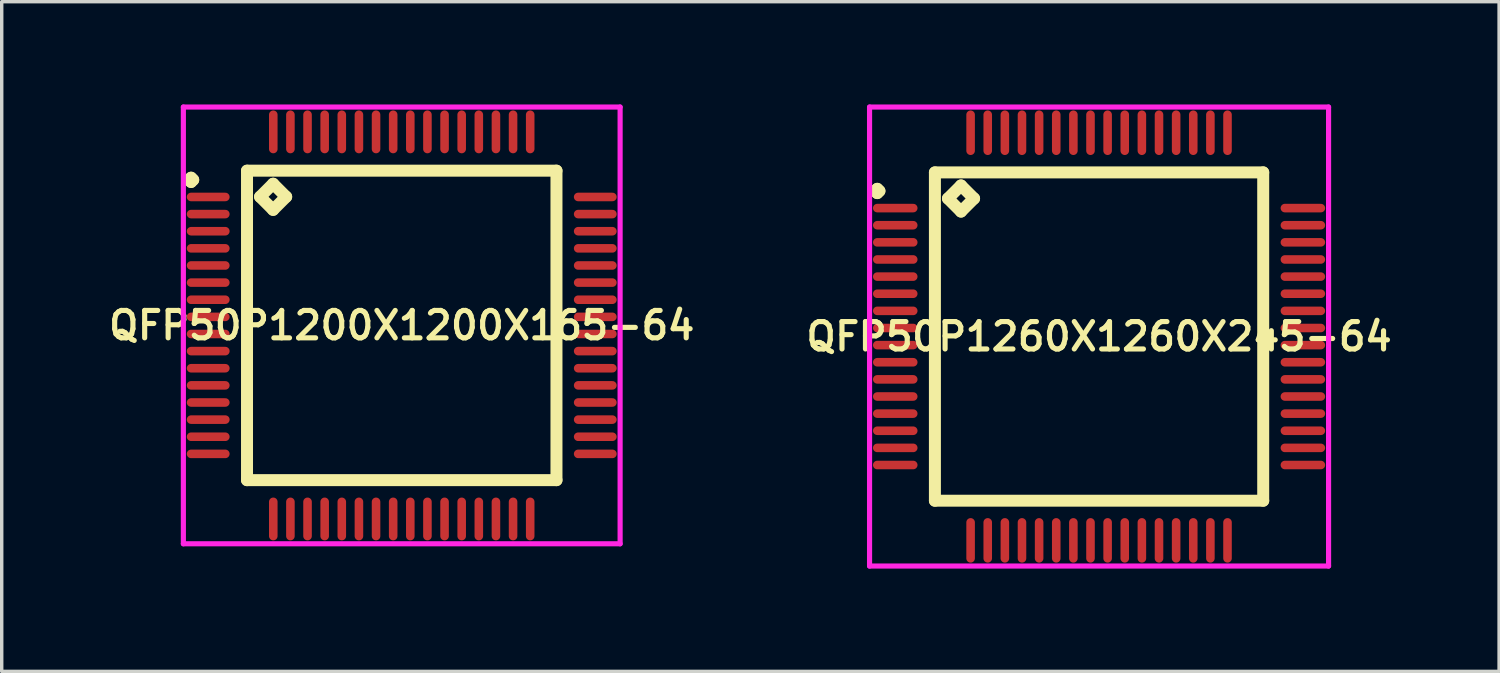
<source format=kicad_pcb>
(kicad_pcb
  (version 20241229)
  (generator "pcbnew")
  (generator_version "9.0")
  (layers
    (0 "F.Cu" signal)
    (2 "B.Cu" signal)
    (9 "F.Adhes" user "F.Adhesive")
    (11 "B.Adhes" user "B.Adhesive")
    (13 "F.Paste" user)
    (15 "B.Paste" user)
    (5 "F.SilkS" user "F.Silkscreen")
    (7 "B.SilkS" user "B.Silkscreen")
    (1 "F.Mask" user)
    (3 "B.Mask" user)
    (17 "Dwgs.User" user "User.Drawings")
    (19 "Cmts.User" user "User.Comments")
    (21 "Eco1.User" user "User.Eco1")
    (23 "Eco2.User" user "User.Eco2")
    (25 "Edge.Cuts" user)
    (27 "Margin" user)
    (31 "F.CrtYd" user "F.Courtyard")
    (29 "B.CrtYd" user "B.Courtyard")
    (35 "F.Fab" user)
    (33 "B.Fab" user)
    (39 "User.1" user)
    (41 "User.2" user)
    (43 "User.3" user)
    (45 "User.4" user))
  (footprint "QFP50P1200X1200X165-64"
    (layer "F.Cu")
    (at 8.678 6.45)
    (property "Reference" "QFP50P1200X1200X165-64" (at 0 0 0) (layer "F.SilkS") (effects (font (size 0.8 0.8) (thickness 0.15))))
    (attr smd)
    (fp_line (start -6.213 -4.25) (end -6.15 -4.312) (stroke (width 0.35) (type solid)) (layer "F.SilkS"))
    (fp_line (start -6.15 -4.312) (end -6.088 -4.25) (stroke (width 0.35) (type solid)) (layer "F.SilkS"))
    (fp_line (start -6.15 -4.188) (end -6.213 -4.25) (stroke (width 0.35) (type solid)) (layer "F.SilkS"))
    (fp_line (start -6.088 -4.25) (end -6.15 -4.188) (stroke (width 0.35) (type solid)) (layer "F.SilkS"))
    (fp_line (start -4.517 -4.517) (end -4.517 4.517) (stroke (width 0.35) (type solid)) (layer "F.SilkS"))
    (fp_line (start -4.517 4.517) (end 4.517 4.517) (stroke (width 0.35) (type solid)) (layer "F.SilkS"))
    (fp_line (start -4.136 -3.755) (end -3.755 -4.136) (stroke (width 0.35) (type solid)) (layer "F.SilkS"))
    (fp_line (start -3.755 -4.136) (end -3.374 -3.755) (stroke (width 0.35) (type solid)) (layer "F.SilkS"))
    (fp_line (start -3.755 -3.374) (end -4.136 -3.755) (stroke (width 0.35) (type solid)) (layer "F.SilkS"))
    (fp_line (start -3.374 -3.755) (end -3.755 -3.374) (stroke (width 0.35) (type solid)) (layer "F.SilkS"))
    (fp_line (start 4.517 -4.517) (end -4.517 -4.517) (stroke (width 0.35) (type solid)) (layer "F.SilkS"))
    (fp_line (start 4.517 4.517) (end 4.517 -4.517) (stroke (width 0.35) (type solid)) (layer "F.SilkS"))
    (fp_line (start -6.375 -6.375) (end 6.375 -6.375) (stroke (width 0.15) (type solid)) (layer "F.CrtYd"))
    (fp_line (start -6.375 6.375) (end -6.375 -6.375) (stroke (width 0.15) (type solid)) (layer "F.CrtYd"))
    (fp_line (start 6.375 -6.375) (end 6.375 6.375) (stroke (width 0.15) (type solid)) (layer "F.CrtYd"))
    (fp_line (start 6.375 6.375) (end -6.375 6.375) (stroke (width 0.15) (type solid)) (layer "F.CrtYd"))
    (pad "1" smd oval (at -5.65 -3.75) (size 1.25 0.25) (layers "F.Cu" "F.Mask" "F.Paste"))
    (pad "2" smd oval (at -5.65 -3.25) (size 1.25 0.25) (layers "F.Cu" "F.Mask" "F.Paste"))
    (pad "3" smd oval (at -5.65 -2.75) (size 1.25 0.25) (layers "F.Cu" "F.Mask" "F.Paste"))
    (pad "4" smd oval (at -5.65 -2.25) (size 1.25 0.25) (layers "F.Cu" "F.Mask" "F.Paste"))
    (pad "5" smd oval (at -5.65 -1.75) (size 1.25 0.25) (layers "F.Cu" "F.Mask" "F.Paste"))
    (pad "6" smd oval (at -5.65 -1.25) (size 1.25 0.25) (layers "F.Cu" "F.Mask" "F.Paste"))
    (pad "7" smd oval (at -5.65 -0.75) (size 1.25 0.25) (layers "F.Cu" "F.Mask" "F.Paste"))
    (pad "8" smd oval (at -5.65 -0.25) (size 1.25 0.25) (layers "F.Cu" "F.Mask" "F.Paste"))
    (pad "9" smd oval (at -5.65 0.25) (size 1.25 0.25) (layers "F.Cu" "F.Mask" "F.Paste"))
    (pad "10" smd oval (at -5.65 0.75) (size 1.25 0.25) (layers "F.Cu" "F.Mask" "F.Paste"))
    (pad "11" smd oval (at -5.65 1.25) (size 1.25 0.25) (layers "F.Cu" "F.Mask" "F.Paste"))
    (pad "12" smd oval (at -5.65 1.75) (size 1.25 0.25) (layers "F.Cu" "F.Mask" "F.Paste"))
    (pad "13" smd oval (at -5.65 2.25) (size 1.25 0.25) (layers "F.Cu" "F.Mask" "F.Paste"))
    (pad "14" smd oval (at -5.65 2.75) (size 1.25 0.25) (layers "F.Cu" "F.Mask" "F.Paste"))
    (pad "15" smd oval (at -5.65 3.25) (size 1.25 0.25) (layers "F.Cu" "F.Mask" "F.Paste"))
    (pad "16" smd oval (at -5.65 3.75) (size 1.25 0.25) (layers "F.Cu" "F.Mask" "F.Paste"))
    (pad "17" smd oval (at -3.75 5.65) (size 0.25 1.25) (layers "F.Cu" "F.Mask" "F.Paste"))
    (pad "18" smd oval (at -3.25 5.65) (size 0.25 1.25) (layers "F.Cu" "F.Mask" "F.Paste"))
    (pad "19" smd oval (at -2.75 5.65) (size 0.25 1.25) (layers "F.Cu" "F.Mask" "F.Paste"))
    (pad "20" smd oval (at -2.25 5.65) (size 0.25 1.25) (layers "F.Cu" "F.Mask" "F.Paste"))
    (pad "21" smd oval (at -1.75 5.65) (size 0.25 1.25) (layers "F.Cu" "F.Mask" "F.Paste"))
    (pad "22" smd oval (at -1.25 5.65) (size 0.25 1.25) (layers "F.Cu" "F.Mask" "F.Paste"))
    (pad "23" smd oval (at -0.75 5.65) (size 0.25 1.25) (layers "F.Cu" "F.Mask" "F.Paste"))
    (pad "24" smd oval (at -0.25 5.65) (size 0.25 1.25) (layers "F.Cu" "F.Mask" "F.Paste"))
    (pad "25" smd oval (at 0.25 5.65) (size 0.25 1.25) (layers "F.Cu" "F.Mask" "F.Paste"))
    (pad "26" smd oval (at 0.75 5.65) (size 0.25 1.25) (layers "F.Cu" "F.Mask" "F.Paste"))
    (pad "27" smd oval (at 1.25 5.65) (size 0.25 1.25) (layers "F.Cu" "F.Mask" "F.Paste"))
    (pad "28" smd oval (at 1.75 5.65) (size 0.25 1.25) (layers "F.Cu" "F.Mask" "F.Paste"))
    (pad "29" smd oval (at 2.25 5.65) (size 0.25 1.25) (layers "F.Cu" "F.Mask" "F.Paste"))
    (pad "30" smd oval (at 2.75 5.65) (size 0.25 1.25) (layers "F.Cu" "F.Mask" "F.Paste"))
    (pad "31" smd oval (at 3.25 5.65) (size 0.25 1.25) (layers "F.Cu" "F.Mask" "F.Paste"))
    (pad "32" smd oval (at 3.75 5.65) (size 0.25 1.25) (layers "F.Cu" "F.Mask" "F.Paste"))
    (pad "33" smd oval (at 5.65 3.75) (size 1.25 0.25) (layers "F.Cu" "F.Mask" "F.Paste"))
    (pad "34" smd oval (at 5.65 3.25) (size 1.25 0.25) (layers "F.Cu" "F.Mask" "F.Paste"))
    (pad "35" smd oval (at 5.65 2.75) (size 1.25 0.25) (layers "F.Cu" "F.Mask" "F.Paste"))
    (pad "36" smd oval (at 5.65 2.25) (size 1.25 0.25) (layers "F.Cu" "F.Mask" "F.Paste"))
    (pad "37" smd oval (at 5.65 1.75) (size 1.25 0.25) (layers "F.Cu" "F.Mask" "F.Paste"))
    (pad "38" smd oval (at 5.65 1.25) (size 1.25 0.25) (layers "F.Cu" "F.Mask" "F.Paste"))
    (pad "39" smd oval (at 5.65 0.75) (size 1.25 0.25) (layers "F.Cu" "F.Mask" "F.Paste"))
    (pad "40" smd oval (at 5.65 0.25) (size 1.25 0.25) (layers "F.Cu" "F.Mask" "F.Paste"))
    (pad "41" smd oval (at 5.65 -0.25) (size 1.25 0.25) (layers "F.Cu" "F.Mask" "F.Paste"))
    (pad "42" smd oval (at 5.65 -0.75) (size 1.25 0.25) (layers "F.Cu" "F.Mask" "F.Paste"))
    (pad "43" smd oval (at 5.65 -1.25) (size 1.25 0.25) (layers "F.Cu" "F.Mask" "F.Paste"))
    (pad "44" smd oval (at 5.65 -1.75) (size 1.25 0.25) (layers "F.Cu" "F.Mask" "F.Paste"))
    (pad "45" smd oval (at 5.65 -2.25) (size 1.25 0.25) (layers "F.Cu" "F.Mask" "F.Paste"))
    (pad "46" smd oval (at 5.65 -2.75) (size 1.25 0.25) (layers "F.Cu" "F.Mask" "F.Paste"))
    (pad "47" smd oval (at 5.65 -3.25) (size 1.25 0.25) (layers "F.Cu" "F.Mask" "F.Paste"))
    (pad "48" smd oval (at 5.65 -3.75) (size 1.25 0.25) (layers "F.Cu" "F.Mask" "F.Paste"))
    (pad "49" smd oval (at 3.75 -5.65) (size 0.25 1.25) (layers "F.Cu" "F.Mask" "F.Paste"))
    (pad "50" smd oval (at 3.25 -5.65) (size 0.25 1.25) (layers "F.Cu" "F.Mask" "F.Paste"))
    (pad "51" smd oval (at 2.75 -5.65) (size 0.25 1.25) (layers "F.Cu" "F.Mask" "F.Paste"))
    (pad "52" smd oval (at 2.25 -5.65) (size 0.25 1.25) (layers "F.Cu" "F.Mask" "F.Paste"))
    (pad "53" smd oval (at 1.75 -5.65) (size 0.25 1.25) (layers "F.Cu" "F.Mask" "F.Paste"))
    (pad "54" smd oval (at 1.25 -5.65) (size 0.25 1.25) (layers "F.Cu" "F.Mask" "F.Paste"))
    (pad "55" smd oval (at 0.75 -5.65) (size 0.25 1.25) (layers "F.Cu" "F.Mask" "F.Paste"))
    (pad "56" smd oval (at 0.25 -5.65) (size 0.25 1.25) (layers "F.Cu" "F.Mask" "F.Paste"))
    (pad "57" smd oval (at -0.25 -5.65) (size 0.25 1.25) (layers "F.Cu" "F.Mask" "F.Paste"))
    (pad "58" smd oval (at -0.75 -5.65) (size 0.25 1.25) (layers "F.Cu" "F.Mask" "F.Paste"))
    (pad "59" smd oval (at -1.25 -5.65) (size 0.25 1.25) (layers "F.Cu" "F.Mask" "F.Paste"))
    (pad "60" smd oval (at -1.75 -5.65) (size 0.25 1.25) (layers "F.Cu" "F.Mask" "F.Paste"))
    (pad "61" smd oval (at -2.25 -5.65) (size 0.25 1.25) (layers "F.Cu" "F.Mask" "F.Paste"))
    (pad "62" smd oval (at -2.75 -5.65) (size 0.25 1.25) (layers "F.Cu" "F.Mask" "F.Paste"))
    (pad "63" smd oval (at -3.25 -5.65) (size 0.25 1.25) (layers "F.Cu" "F.Mask" "F.Paste"))
    (pad "64" smd oval (at -3.75 -5.65) (size 0.25 1.25) (layers "F.Cu" "F.Mask" "F.Paste")))
  (footprint "QFP50P1260X1260X245-64"
    (layer "F.Cu")
    (at 29.035 6.775)
    (property "Reference" "QFP50P1260X1260X245-64" (at 0 0 0) (layer "F.SilkS") (effects (font (size 0.8 0.8) (thickness 0.15))))
    (attr smd)
    (fp_line (start -6.537 -4.25) (end -6.475 -4.312) (stroke (width 0.35) (type solid)) (layer "F.SilkS"))
    (fp_line (start -6.475 -4.312) (end -6.412 -4.25) (stroke (width 0.35) (type solid)) (layer "F.SilkS"))
    (fp_line (start -6.475 -4.188) (end -6.537 -4.25) (stroke (width 0.35) (type solid)) (layer "F.SilkS"))
    (fp_line (start -6.412 -4.25) (end -6.475 -4.188) (stroke (width 0.35) (type solid)) (layer "F.SilkS"))
    (fp_line (start -4.792 -4.792) (end -4.792 4.792) (stroke (width 0.35) (type solid)) (layer "F.SilkS"))
    (fp_line (start -4.792 4.792) (end 4.792 4.792) (stroke (width 0.35) (type solid)) (layer "F.SilkS"))
    (fp_line (start -4.411 -4.03) (end -4.03 -4.411) (stroke (width 0.35) (type solid)) (layer "F.SilkS"))
    (fp_line (start -4.03 -4.411) (end -3.649 -4.03) (stroke (width 0.35) (type solid)) (layer "F.SilkS"))
    (fp_line (start -4.03 -3.649) (end -4.411 -4.03) (stroke (width 0.35) (type solid)) (layer "F.SilkS"))
    (fp_line (start -3.649 -4.03) (end -4.03 -3.649) (stroke (width 0.35) (type solid)) (layer "F.SilkS"))
    (fp_line (start 4.792 -4.792) (end -4.792 -4.792) (stroke (width 0.35) (type solid)) (layer "F.SilkS"))
    (fp_line (start 4.792 4.792) (end 4.792 -4.792) (stroke (width 0.35) (type solid)) (layer "F.SilkS"))
    (fp_line (start -6.7 -6.7) (end 6.7 -6.7) (stroke (width 0.15) (type solid)) (layer "F.CrtYd"))
    (fp_line (start -6.7 6.7) (end -6.7 -6.7) (stroke (width 0.15) (type solid)) (layer "F.CrtYd"))
    (fp_line (start 6.7 -6.7) (end 6.7 6.7) (stroke (width 0.15) (type solid)) (layer "F.CrtYd"))
    (fp_line (start 6.7 6.7) (end -6.7 6.7) (stroke (width 0.15) (type solid)) (layer "F.CrtYd"))
    (pad "1" smd oval (at -5.95 -3.75) (size 1.3 0.25) (layers "F.Cu" "F.Mask" "F.Paste"))
    (pad "2" smd oval (at -5.95 -3.25) (size 1.3 0.25) (layers "F.Cu" "F.Mask" "F.Paste"))
    (pad "3" smd oval (at -5.95 -2.75) (size 1.3 0.25) (layers "F.Cu" "F.Mask" "F.Paste"))
    (pad "4" smd oval (at -5.95 -2.25) (size 1.3 0.25) (layers "F.Cu" "F.Mask" "F.Paste"))
    (pad "5" smd oval (at -5.95 -1.75) (size 1.3 0.25) (layers "F.Cu" "F.Mask" "F.Paste"))
    (pad "6" smd oval (at -5.95 -1.25) (size 1.3 0.25) (layers "F.Cu" "F.Mask" "F.Paste"))
    (pad "7" smd oval (at -5.95 -0.75) (size 1.3 0.25) (layers "F.Cu" "F.Mask" "F.Paste"))
    (pad "8" smd oval (at -5.95 -0.25) (size 1.3 0.25) (layers "F.Cu" "F.Mask" "F.Paste"))
    (pad "9" smd oval (at -5.95 0.25) (size 1.3 0.25) (layers "F.Cu" "F.Mask" "F.Paste"))
    (pad "10" smd oval (at -5.95 0.75) (size 1.3 0.25) (layers "F.Cu" "F.Mask" "F.Paste"))
    (pad "11" smd oval (at -5.95 1.25) (size 1.3 0.25) (layers "F.Cu" "F.Mask" "F.Paste"))
    (pad "12" smd oval (at -5.95 1.75) (size 1.3 0.25) (layers "F.Cu" "F.Mask" "F.Paste"))
    (pad "13" smd oval (at -5.95 2.25) (size 1.3 0.25) (layers "F.Cu" "F.Mask" "F.Paste"))
    (pad "14" smd oval (at -5.95 2.75) (size 1.3 0.25) (layers "F.Cu" "F.Mask" "F.Paste"))
    (pad "15" smd oval (at -5.95 3.25) (size 1.3 0.25) (layers "F.Cu" "F.Mask" "F.Paste"))
    (pad "16" smd oval (at -5.95 3.75) (size 1.3 0.25) (layers "F.Cu" "F.Mask" "F.Paste"))
    (pad "17" smd oval (at -3.75 5.95) (size 0.25 1.3) (layers "F.Cu" "F.Mask" "F.Paste"))
    (pad "18" smd oval (at -3.25 5.95) (size 0.25 1.3) (layers "F.Cu" "F.Mask" "F.Paste"))
    (pad "19" smd oval (at -2.75 5.95) (size 0.25 1.3) (layers "F.Cu" "F.Mask" "F.Paste"))
    (pad "20" smd oval (at -2.25 5.95) (size 0.25 1.3) (layers "F.Cu" "F.Mask" "F.Paste"))
    (pad "21" smd oval (at -1.75 5.95) (size 0.25 1.3) (layers "F.Cu" "F.Mask" "F.Paste"))
    (pad "22" smd oval (at -1.25 5.95) (size 0.25 1.3) (layers "F.Cu" "F.Mask" "F.Paste"))
    (pad "23" smd oval (at -0.75 5.95) (size 0.25 1.3) (layers "F.Cu" "F.Mask" "F.Paste"))
    (pad "24" smd oval (at -0.25 5.95) (size 0.25 1.3) (layers "F.Cu" "F.Mask" "F.Paste"))
    (pad "25" smd oval (at 0.25 5.95) (size 0.25 1.3) (layers "F.Cu" "F.Mask" "F.Paste"))
    (pad "26" smd oval (at 0.75 5.95) (size 0.25 1.3) (layers "F.Cu" "F.Mask" "F.Paste"))
    (pad "27" smd oval (at 1.25 5.95) (size 0.25 1.3) (layers "F.Cu" "F.Mask" "F.Paste"))
    (pad "28" smd oval (at 1.75 5.95) (size 0.25 1.3) (layers "F.Cu" "F.Mask" "F.Paste"))
    (pad "29" smd oval (at 2.25 5.95) (size 0.25 1.3) (layers "F.Cu" "F.Mask" "F.Paste"))
    (pad "30" smd oval (at 2.75 5.95) (size 0.25 1.3) (layers "F.Cu" "F.Mask" "F.Paste"))
    (pad "31" smd oval (at 3.25 5.95) (size 0.25 1.3) (layers "F.Cu" "F.Mask" "F.Paste"))
    (pad "32" smd oval (at 3.75 5.95) (size 0.25 1.3) (layers "F.Cu" "F.Mask" "F.Paste"))
    (pad "33" smd oval (at 5.95 3.75) (size 1.3 0.25) (layers "F.Cu" "F.Mask" "F.Paste"))
    (pad "34" smd oval (at 5.95 3.25) (size 1.3 0.25) (layers "F.Cu" "F.Mask" "F.Paste"))
    (pad "35" smd oval (at 5.95 2.75) (size 1.3 0.25) (layers "F.Cu" "F.Mask" "F.Paste"))
    (pad "36" smd oval (at 5.95 2.25) (size 1.3 0.25) (layers "F.Cu" "F.Mask" "F.Paste"))
    (pad "37" smd oval (at 5.95 1.75) (size 1.3 0.25) (layers "F.Cu" "F.Mask" "F.Paste"))
    (pad "38" smd oval (at 5.95 1.25) (size 1.3 0.25) (layers "F.Cu" "F.Mask" "F.Paste"))
    (pad "39" smd oval (at 5.95 0.75) (size 1.3 0.25) (layers "F.Cu" "F.Mask" "F.Paste"))
    (pad "40" smd oval (at 5.95 0.25) (size 1.3 0.25) (layers "F.Cu" "F.Mask" "F.Paste"))
    (pad "41" smd oval (at 5.95 -0.25) (size 1.3 0.25) (layers "F.Cu" "F.Mask" "F.Paste"))
    (pad "42" smd oval (at 5.95 -0.75) (size 1.3 0.25) (layers "F.Cu" "F.Mask" "F.Paste"))
    (pad "43" smd oval (at 5.95 -1.25) (size 1.3 0.25) (layers "F.Cu" "F.Mask" "F.Paste"))
    (pad "44" smd oval (at 5.95 -1.75) (size 1.3 0.25) (layers "F.Cu" "F.Mask" "F.Paste"))
    (pad "45" smd oval (at 5.95 -2.25) (size 1.3 0.25) (layers "F.Cu" "F.Mask" "F.Paste"))
    (pad "46" smd oval (at 5.95 -2.75) (size 1.3 0.25) (layers "F.Cu" "F.Mask" "F.Paste"))
    (pad "47" smd oval (at 5.95 -3.25) (size 1.3 0.25) (layers "F.Cu" "F.Mask" "F.Paste"))
    (pad "48" smd oval (at 5.95 -3.75) (size 1.3 0.25) (layers "F.Cu" "F.Mask" "F.Paste"))
    (pad "49" smd oval (at 3.75 -5.95) (size 0.25 1.3) (layers "F.Cu" "F.Mask" "F.Paste"))
    (pad "50" smd oval (at 3.25 -5.95) (size 0.25 1.3) (layers "F.Cu" "F.Mask" "F.Paste"))
    (pad "51" smd oval (at 2.75 -5.95) (size 0.25 1.3) (layers "F.Cu" "F.Mask" "F.Paste"))
    (pad "52" smd oval (at 2.25 -5.95) (size 0.25 1.3) (layers "F.Cu" "F.Mask" "F.Paste"))
    (pad "53" smd oval (at 1.75 -5.95) (size 0.25 1.3) (layers "F.Cu" "F.Mask" "F.Paste"))
    (pad "54" smd oval (at 1.25 -5.95) (size 0.25 1.3) (layers "F.Cu" "F.Mask" "F.Paste"))
    (pad "55" smd oval (at 0.75 -5.95) (size 0.25 1.3) (layers "F.Cu" "F.Mask" "F.Paste"))
    (pad "56" smd oval (at 0.25 -5.95) (size 0.25 1.3) (layers "F.Cu" "F.Mask" "F.Paste"))
    (pad "57" smd oval (at -0.25 -5.95) (size 0.25 1.3) (layers "F.Cu" "F.Mask" "F.Paste"))
    (pad "58" smd oval (at -0.75 -5.95) (size 0.25 1.3) (layers "F.Cu" "F.Mask" "F.Paste"))
    (pad "59" smd oval (at -1.25 -5.95) (size 0.25 1.3) (layers "F.Cu" "F.Mask" "F.Paste"))
    (pad "60" smd oval (at -1.75 -5.95) (size 0.25 1.3) (layers "F.Cu" "F.Mask" "F.Paste"))
    (pad "61" smd oval (at -2.25 -5.95) (size 0.25 1.3) (layers "F.Cu" "F.Mask" "F.Paste"))
    (pad "62" smd oval (at -2.75 -5.95) (size 0.25 1.3) (layers "F.Cu" "F.Mask" "F.Paste"))
    (pad "63" smd oval (at -3.25 -5.95) (size 0.25 1.3) (layers "F.Cu" "F.Mask" "F.Paste"))
    (pad "64" smd oval (at -3.75 -5.95) (size 0.25 1.3) (layers "F.Cu" "F.Mask" "F.Paste")))
  (gr_rect
    (start -3 -3)
    (end 40.713 16.55)
    (stroke (width 0.1) (type default))
    (fill no)
    (layer "Edge.Cuts")))
</source>
